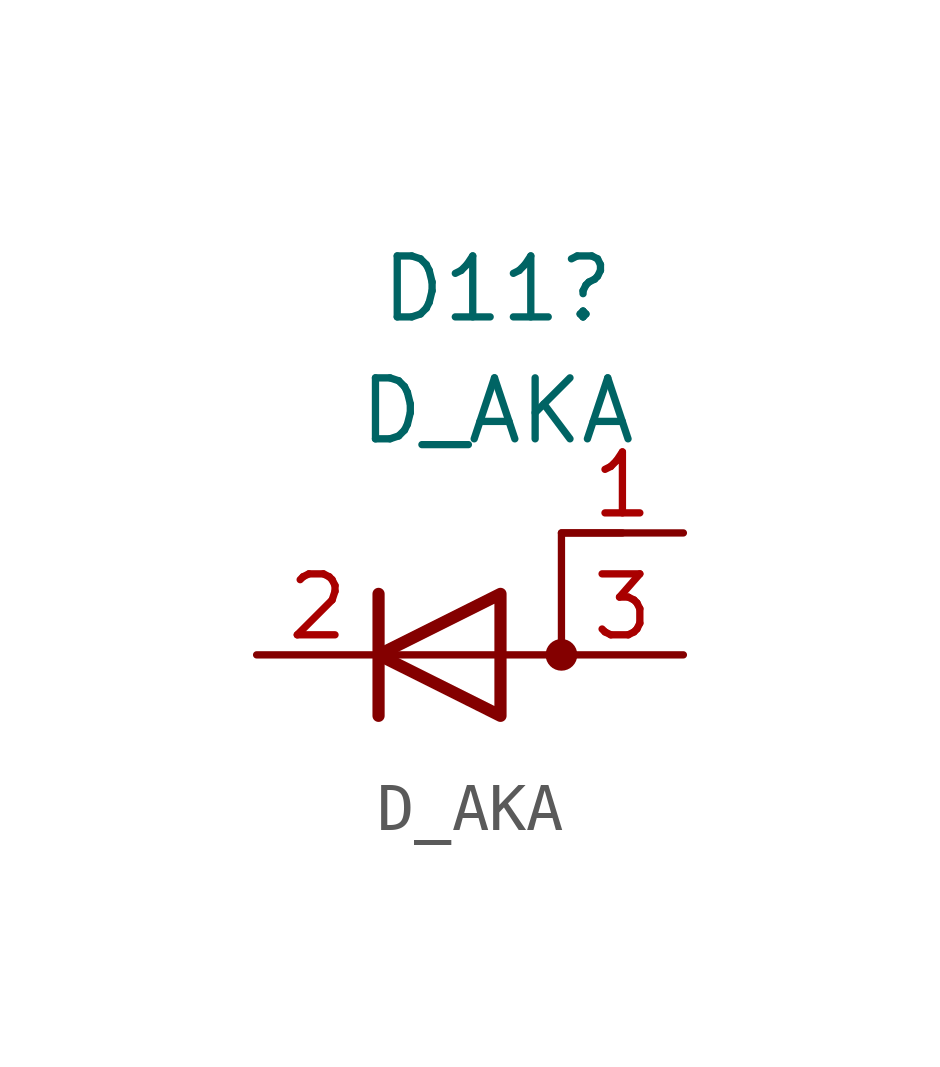
<source format=kicad_sym>
(kicad_symbol_lib
  (version 20231120)
  (generator "kicad_symbol_editor")
  (generator_version "8.0")
  (symbol "D_AKA"
    (pin_names
      (offset 0) hide)
    (property "Reference" "D11"
      (at 1.206 7.62 0)
      (effects (font (size 1.27 1.27))))
    (property "Value" "D_AKA"
      (at 1.206 5.08 0)
      (effects (font (size 1.27 1.27))))
    (symbol "D_AKA_0_1"
      (polyline (pts (xy -1.27 1.27) (xy -1.27 -1.27)) (stroke (width 0.254) (type default)) (fill (type none)))
      (polyline (pts (xy 1.27 1.27) (xy 1.27 -1.27) (xy -1.27 0) (xy 1.27 1.27)) (stroke (width 0.254) (type default)) (fill (type none)))
      (polyline (pts (xy 3.81 2.54) (xy 2.54 2.54) (xy 2.54 0) (xy -1.27 0)) (stroke (width 0) (type default)) (fill (type none)))
      (circle (center 2.54 0) (radius 0.254) (stroke (width 0) (type default)) (fill (type outline))))
    (symbol "D_AKA_1_1"
      (pin passive line (at 5.08 2.54 180) (length 2.54) (name "A" (effects (font (size 1.27 1.27)))) (number "1" (effects (font (size 1.27 1.27)))))
      (pin passive line (at -3.81 0 0) (length 2.54) (name "K" (effects (font (size 1.27 1.27)))) (number "2" (effects (font (size 1.27 1.27)))))
      (pin passive line (at 5.08 0 180) (length 2.54) (name "A" (effects (font (size 1.27 1.27)))) (number "3" (effects (font (size 1.27 1.27))))))))
</source>
